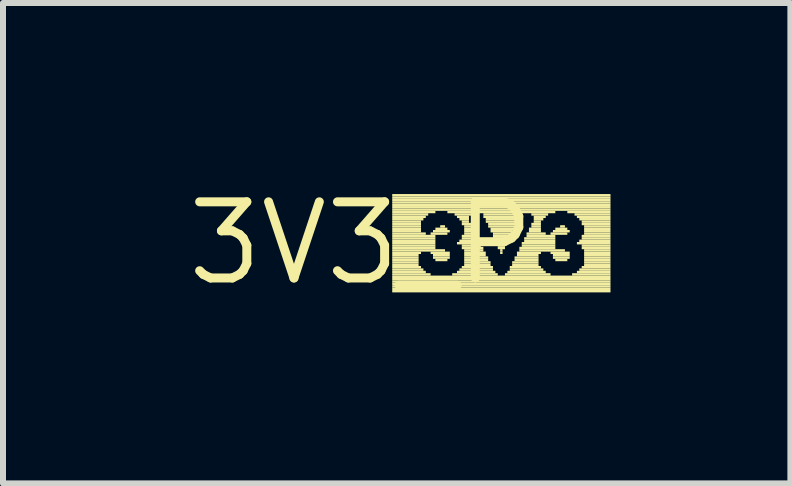
<source format=kicad_pcb>
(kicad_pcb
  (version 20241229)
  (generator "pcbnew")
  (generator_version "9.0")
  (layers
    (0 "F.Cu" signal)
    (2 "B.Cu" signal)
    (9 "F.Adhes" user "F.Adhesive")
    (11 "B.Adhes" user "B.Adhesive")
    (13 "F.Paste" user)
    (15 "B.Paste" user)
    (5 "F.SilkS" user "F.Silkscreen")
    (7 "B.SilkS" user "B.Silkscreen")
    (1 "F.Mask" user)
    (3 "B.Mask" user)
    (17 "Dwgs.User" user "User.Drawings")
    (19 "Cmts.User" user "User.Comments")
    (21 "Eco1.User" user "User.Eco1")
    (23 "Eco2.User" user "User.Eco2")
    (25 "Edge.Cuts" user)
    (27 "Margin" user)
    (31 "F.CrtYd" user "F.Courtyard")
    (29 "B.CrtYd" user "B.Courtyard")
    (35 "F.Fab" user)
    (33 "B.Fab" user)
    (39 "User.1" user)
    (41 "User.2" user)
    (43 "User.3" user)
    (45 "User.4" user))
  (footprint "3V3_P"
    (layer "F.Cu")
    (at 2.971 1.006)
    (property "Reference" "3V3_P" (at 0 0 0) (layer "F.SilkS") (effects (font (size 1.27 1.27) (thickness 0.15))))
    (fp_poly (pts (xy 0.52 -0.78) (xy 4.16 -0.78) (xy 4.16 -0.82) (xy 0.52 -0.82)) (stroke (width 0) (type default)) (fill yes) (layer "F.SilkS"))
    (fp_poly (pts (xy 0.52 -0.74) (xy 4.16 -0.74) (xy 4.16 -0.78) (xy 0.52 -0.78)) (stroke (width 0) (type default)) (fill yes) (layer "F.SilkS"))
    (fp_poly (pts (xy 0.52 -0.7) (xy 4.16 -0.7) (xy 4.16 -0.74) (xy 0.52 -0.74)) (stroke (width 0) (type default)) (fill yes) (layer "F.SilkS"))
    (fp_poly (pts (xy 0.52 -0.66) (xy 4.16 -0.66) (xy 4.16 -0.7) (xy 0.52 -0.7)) (stroke (width 0) (type default)) (fill yes) (layer "F.SilkS"))
    (fp_poly (pts (xy 0.52 -0.62) (xy 4.16 -0.62) (xy 4.16 -0.66) (xy 0.52 -0.66)) (stroke (width 0) (type default)) (fill yes) (layer "F.SilkS"))
    (fp_poly (pts (xy 0.52 -0.58) (xy 4.16 -0.58) (xy 4.16 -0.62) (xy 0.52 -0.62)) (stroke (width 0) (type default)) (fill yes) (layer "F.SilkS"))
    (fp_poly (pts (xy 0.52 -0.54) (xy 4.16 -0.54) (xy 4.16 -0.58) (xy 0.52 -0.58)) (stroke (width 0) (type default)) (fill yes) (layer "F.SilkS"))
    (fp_poly (pts (xy 0.52 -0.5) (xy 1.24 -0.5) (xy 1.24 -0.54) (xy 0.52 -0.54)) (stroke (width 0) (type default)) (fill yes) (layer "F.SilkS"))
    (fp_poly (pts (xy 0.52 -0.46) (xy 1.12 -0.46) (xy 1.12 -0.5) (xy 0.52 -0.5)) (stroke (width 0) (type default)) (fill yes) (layer "F.SilkS"))
    (fp_poly (pts (xy 0.52 -0.42) (xy 1.08 -0.42) (xy 1.08 -0.46) (xy 0.52 -0.46)) (stroke (width 0) (type default)) (fill yes) (layer "F.SilkS"))
    (fp_poly (pts (xy 0.52 -0.38) (xy 1.04 -0.38) (xy 1.04 -0.42) (xy 0.52 -0.42)) (stroke (width 0) (type default)) (fill yes) (layer "F.SilkS"))
    (fp_poly (pts (xy 0.52 -0.34) (xy 1 -0.34) (xy 1 -0.38) (xy 0.52 -0.38)) (stroke (width 0) (type default)) (fill yes) (layer "F.SilkS"))
    (fp_poly (pts (xy 0.52 -0.3) (xy 1 -0.3) (xy 1 -0.34) (xy 0.52 -0.34)) (stroke (width 0) (type default)) (fill yes) (layer "F.SilkS"))
    (fp_poly (pts (xy 0.52 -0.26) (xy 1 -0.26) (xy 1 -0.3) (xy 0.52 -0.3)) (stroke (width 0) (type default)) (fill yes) (layer "F.SilkS"))
    (fp_poly (pts (xy 0.52 -0.22) (xy 1 -0.22) (xy 1 -0.26) (xy 0.52 -0.26)) (stroke (width 0) (type default)) (fill yes) (layer "F.SilkS"))
    (fp_poly (pts (xy 0.52 -0.18) (xy 1 -0.18) (xy 1 -0.22) (xy 0.52 -0.22)) (stroke (width 0) (type default)) (fill yes) (layer "F.SilkS"))
    (fp_poly (pts (xy 0.52 -0.14) (xy 1.08 -0.14) (xy 1.08 -0.18) (xy 0.52 -0.18)) (stroke (width 0) (type default)) (fill yes) (layer "F.SilkS"))
    (fp_poly (pts (xy 0.52 -0.1) (xy 1.24 -0.1) (xy 1.24 -0.14) (xy 0.52 -0.14)) (stroke (width 0) (type default)) (fill yes) (layer "F.SilkS"))
    (fp_poly (pts (xy 0.52 -0.06) (xy 1.24 -0.06) (xy 1.24 -0.1) (xy 0.52 -0.1)) (stroke (width 0) (type default)) (fill yes) (layer "F.SilkS"))
    (fp_poly (pts (xy 0.52 -0.02) (xy 1.24 -0.02) (xy 1.24 -0.06) (xy 0.52 -0.06)) (stroke (width 0) (type default)) (fill yes) (layer "F.SilkS"))
    (fp_poly (pts (xy 0.52 0.02) (xy 1.24 0.02) (xy 1.24 -0.02) (xy 0.52 -0.02)) (stroke (width 0) (type default)) (fill yes) (layer "F.SilkS"))
    (fp_poly (pts (xy 0.52 0.06) (xy 1.24 0.06) (xy 1.24 0.02) (xy 0.52 0.02)) (stroke (width 0) (type default)) (fill yes) (layer "F.SilkS"))
    (fp_poly (pts (xy 0.52 0.1) (xy 1.24 0.1) (xy 1.24 0.06) (xy 0.52 0.06)) (stroke (width 0) (type default)) (fill yes) (layer "F.SilkS"))
    (fp_poly (pts (xy 0.52 0.14) (xy 1.4 0.14) (xy 1.4 0.1) (xy 0.52 0.1)) (stroke (width 0) (type default)) (fill yes) (layer "F.SilkS"))
    (fp_poly (pts (xy 0.52 0.18) (xy 1 0.18) (xy 1 0.14) (xy 0.52 0.14)) (stroke (width 0) (type default)) (fill yes) (layer "F.SilkS"))
    (fp_poly (pts (xy 0.52 0.22) (xy 0.96 0.22) (xy 0.96 0.18) (xy 0.52 0.18)) (stroke (width 0) (type default)) (fill yes) (layer "F.SilkS"))
    (fp_poly (pts (xy 0.52 0.26) (xy 0.96 0.26) (xy 0.96 0.22) (xy 0.52 0.22)) (stroke (width 0) (type default)) (fill yes) (layer "F.SilkS"))
    (fp_poly (pts (xy 0.52 0.3) (xy 0.96 0.3) (xy 0.96 0.26) (xy 0.52 0.26)) (stroke (width 0) (type default)) (fill yes) (layer "F.SilkS"))
    (fp_poly (pts (xy 0.52 0.34) (xy 0.96 0.34) (xy 0.96 0.3) (xy 0.52 0.3)) (stroke (width 0) (type default)) (fill yes) (layer "F.SilkS"))
    (fp_poly (pts (xy 0.52 0.38) (xy 0.96 0.38) (xy 0.96 0.34) (xy 0.52 0.34)) (stroke (width 0) (type default)) (fill yes) (layer "F.SilkS"))
    (fp_poly (pts (xy 0.52 0.42) (xy 1 0.42) (xy 1 0.38) (xy 0.52 0.38)) (stroke (width 0) (type default)) (fill yes) (layer "F.SilkS"))
    (fp_poly (pts (xy 0.52 0.46) (xy 1.04 0.46) (xy 1.04 0.42) (xy 0.52 0.42)) (stroke (width 0) (type default)) (fill yes) (layer "F.SilkS"))
    (fp_poly (pts (xy 0.52 0.5) (xy 1.08 0.5) (xy 1.08 0.46) (xy 0.52 0.46)) (stroke (width 0) (type default)) (fill yes) (layer "F.SilkS"))
    (fp_poly (pts (xy 0.52 0.54) (xy 1.16 0.54) (xy 1.16 0.5) (xy 0.52 0.5)) (stroke (width 0) (type default)) (fill yes) (layer "F.SilkS"))
    (fp_poly (pts (xy 0.52 0.58) (xy 4.16 0.58) (xy 4.16 0.54) (xy 0.52 0.54)) (stroke (width 0) (type default)) (fill yes) (layer "F.SilkS"))
    (fp_poly (pts (xy 0.52 0.62) (xy 4.16 0.62) (xy 4.16 0.58) (xy 0.52 0.58)) (stroke (width 0) (type default)) (fill yes) (layer "F.SilkS"))
    (fp_poly (pts (xy 0.52 0.66) (xy 4.16 0.66) (xy 4.16 0.62) (xy 0.52 0.62)) (stroke (width 0) (type default)) (fill yes) (layer "F.SilkS"))
    (fp_poly (pts (xy 0.52 0.7) (xy 4.16 0.7) (xy 4.16 0.66) (xy 0.52 0.66)) (stroke (width 0) (type default)) (fill yes) (layer "F.SilkS"))
    (fp_poly (pts (xy 0.52 0.74) (xy 4.16 0.74) (xy 4.16 0.7) (xy 0.52 0.7)) (stroke (width 0) (type default)) (fill yes) (layer "F.SilkS"))
    (fp_poly (pts (xy 0.52 0.78) (xy 4.16 0.78) (xy 4.16 0.74) (xy 0.52 0.74)) (stroke (width 0) (type default)) (fill yes) (layer "F.SilkS"))
    (fp_poly (pts (xy 0.52 0.82) (xy 4.16 0.82) (xy 4.16 0.78) (xy 0.52 0.78)) (stroke (width 0) (type default)) (fill yes) (layer "F.SilkS"))
    (fp_poly (pts (xy 1.16 -0.14) (xy 1.44 -0.14) (xy 1.44 -0.18) (xy 1.16 -0.18)) (stroke (width 0) (type default)) (fill yes) (layer "F.SilkS"))
    (fp_poly (pts (xy 1.16 0.18) (xy 1.48 0.18) (xy 1.48 0.14) (xy 1.16 0.14)) (stroke (width 0) (type default)) (fill yes) (layer "F.SilkS"))
    (fp_poly (pts (xy 1.2 -0.18) (xy 1.48 -0.18) (xy 1.48 -0.22) (xy 1.2 -0.22)) (stroke (width 0) (type default)) (fill yes) (layer "F.SilkS"))
    (fp_poly (pts (xy 1.2 0.22) (xy 1.48 0.22) (xy 1.48 0.18) (xy 1.2 0.18)) (stroke (width 0) (type default)) (fill yes) (layer "F.SilkS"))
    (fp_poly (pts (xy 1.2 0.26) (xy 1.48 0.26) (xy 1.48 0.22) (xy 1.2 0.22)) (stroke (width 0) (type default)) (fill yes) (layer "F.SilkS"))
    (fp_poly (pts (xy 1.24 -0.22) (xy 1.44 -0.22) (xy 1.44 -0.26) (xy 1.24 -0.26)) (stroke (width 0) (type default)) (fill yes) (layer "F.SilkS"))
    (fp_poly (pts (xy 1.24 0.3) (xy 1.44 0.3) (xy 1.44 0.26) (xy 1.24 0.26)) (stroke (width 0) (type default)) (fill yes) (layer "F.SilkS"))
    (fp_poly (pts (xy 1.32 -0.26) (xy 1.4 -0.26) (xy 1.4 -0.3) (xy 1.32 -0.3)) (stroke (width 0) (type default)) (fill yes) (layer "F.SilkS"))
    (fp_poly (pts (xy 1.44 -0.5) (xy 3.24 -0.5) (xy 3.24 -0.54) (xy 1.44 -0.54)) (stroke (width 0) (type default)) (fill yes) (layer "F.SilkS"))
    (fp_poly (pts (xy 1.52 0.54) (xy 2.28 0.54) (xy 2.28 0.5) (xy 1.52 0.5)) (stroke (width 0) (type default)) (fill yes) (layer "F.SilkS"))
    (fp_poly (pts (xy 1.56 -0.46) (xy 1.84 -0.46) (xy 1.84 -0.5) (xy 1.56 -0.5)) (stroke (width 0) (type default)) (fill yes) (layer "F.SilkS"))
    (fp_poly (pts (xy 1.6 -0.42) (xy 1.8 -0.42) (xy 1.8 -0.46) (xy 1.6 -0.46)) (stroke (width 0) (type default)) (fill yes) (layer "F.SilkS"))
    (fp_poly (pts (xy 1.6 0.02) (xy 2 0.02) (xy 2 -0.02) (xy 1.6 -0.02)) (stroke (width 0) (type default)) (fill yes) (layer "F.SilkS"))
    (fp_poly (pts (xy 1.6 0.5) (xy 2.24 0.5) (xy 2.24 0.46) (xy 1.6 0.46)) (stroke (width 0) (type default)) (fill yes) (layer "F.SilkS"))
    (fp_poly (pts (xy 1.64 -0.38) (xy 1.8 -0.38) (xy 1.8 -0.42) (xy 1.64 -0.42)) (stroke (width 0) (type default)) (fill yes) (layer "F.SilkS"))
    (fp_poly (pts (xy 1.64 -0.02) (xy 1.96 -0.02) (xy 1.96 -0.06) (xy 1.64 -0.06)) (stroke (width 0) (type default)) (fill yes) (layer "F.SilkS"))
    (fp_poly (pts (xy 1.64 0.46) (xy 2.2 0.46) (xy 2.2 0.42) (xy 1.64 0.42)) (stroke (width 0) (type default)) (fill yes) (layer "F.SilkS"))
    (fp_poly (pts (xy 1.68 -0.34) (xy 1.8 -0.34) (xy 1.8 -0.38) (xy 1.68 -0.38)) (stroke (width 0) (type default)) (fill yes) (layer "F.SilkS"))
    (fp_poly (pts (xy 1.68 -0.3) (xy 1.84 -0.3) (xy 1.84 -0.34) (xy 1.68 -0.34)) (stroke (width 0) (type default)) (fill yes) (layer "F.SilkS"))
    (fp_poly (pts (xy 1.68 -0.1) (xy 1.92 -0.1) (xy 1.92 -0.14) (xy 1.68 -0.14)) (stroke (width 0) (type default)) (fill yes) (layer "F.SilkS"))
    (fp_poly (pts (xy 1.68 -0.06) (xy 1.96 -0.06) (xy 1.96 -0.1) (xy 1.68 -0.1)) (stroke (width 0) (type default)) (fill yes) (layer "F.SilkS"))
    (fp_poly (pts (xy 1.68 0.06) (xy 2 0.06) (xy 2 0.02) (xy 1.68 0.02)) (stroke (width 0) (type default)) (fill yes) (layer "F.SilkS"))
    (fp_poly (pts (xy 1.68 0.1) (xy 2.04 0.1) (xy 2.04 0.06) (xy 1.68 0.06)) (stroke (width 0) (type default)) (fill yes) (layer "F.SilkS"))
    (fp_poly (pts (xy 1.68 0.42) (xy 2.2 0.42) (xy 2.2 0.38) (xy 1.68 0.38)) (stroke (width 0) (type default)) (fill yes) (layer "F.SilkS"))
    (fp_poly (pts (xy 1.72 -0.26) (xy 1.84 -0.26) (xy 1.84 -0.3) (xy 1.72 -0.3)) (stroke (width 0) (type default)) (fill yes) (layer "F.SilkS"))
    (fp_poly (pts (xy 1.72 -0.22) (xy 1.88 -0.22) (xy 1.88 -0.26) (xy 1.72 -0.26)) (stroke (width 0) (type default)) (fill yes) (layer "F.SilkS"))
    (fp_poly (pts (xy 1.72 -0.18) (xy 1.88 -0.18) (xy 1.88 -0.22) (xy 1.72 -0.22)) (stroke (width 0) (type default)) (fill yes) (layer "F.SilkS"))
    (fp_poly (pts (xy 1.72 -0.14) (xy 1.92 -0.14) (xy 1.92 -0.18) (xy 1.72 -0.18)) (stroke (width 0) (type default)) (fill yes) (layer "F.SilkS"))
    (fp_poly (pts (xy 1.72 0.14) (xy 2.04 0.14) (xy 2.04 0.1) (xy 1.72 0.1)) (stroke (width 0) (type default)) (fill yes) (layer "F.SilkS"))
    (fp_poly (pts (xy 1.72 0.18) (xy 2.08 0.18) (xy 2.08 0.14) (xy 1.72 0.14)) (stroke (width 0) (type default)) (fill yes) (layer "F.SilkS"))
    (fp_poly (pts (xy 1.72 0.22) (xy 2.08 0.22) (xy 2.08 0.18) (xy 1.72 0.18)) (stroke (width 0) (type default)) (fill yes) (layer "F.SilkS"))
    (fp_poly (pts (xy 1.72 0.26) (xy 2.12 0.26) (xy 2.12 0.22) (xy 1.72 0.22)) (stroke (width 0) (type default)) (fill yes) (layer "F.SilkS"))
    (fp_poly (pts (xy 1.72 0.3) (xy 2.12 0.3) (xy 2.12 0.26) (xy 1.72 0.26)) (stroke (width 0) (type default)) (fill yes) (layer "F.SilkS"))
    (fp_poly (pts (xy 1.72 0.34) (xy 2.16 0.34) (xy 2.16 0.3) (xy 1.72 0.3)) (stroke (width 0) (type default)) (fill yes) (layer "F.SilkS"))
    (fp_poly (pts (xy 1.72 0.38) (xy 2.16 0.38) (xy 2.16 0.34) (xy 1.72 0.34)) (stroke (width 0) (type default)) (fill yes) (layer "F.SilkS"))
    (fp_poly (pts (xy 2.04 -0.46) (xy 2.64 -0.46) (xy 2.64 -0.5) (xy 2.04 -0.5)) (stroke (width 0) (type default)) (fill yes) (layer "F.SilkS"))
    (fp_poly (pts (xy 2.04 -0.42) (xy 2.64 -0.42) (xy 2.64 -0.46) (xy 2.04 -0.46)) (stroke (width 0) (type default)) (fill yes) (layer "F.SilkS"))
    (fp_poly (pts (xy 2.08 -0.38) (xy 2.6 -0.38) (xy 2.6 -0.42) (xy 2.08 -0.42)) (stroke (width 0) (type default)) (fill yes) (layer "F.SilkS"))
    (fp_poly (pts (xy 2.08 -0.34) (xy 2.6 -0.34) (xy 2.6 -0.38) (xy 2.08 -0.38)) (stroke (width 0) (type default)) (fill yes) (layer "F.SilkS"))
    (fp_poly (pts (xy 2.12 -0.3) (xy 2.6 -0.3) (xy 2.6 -0.34) (xy 2.12 -0.34)) (stroke (width 0) (type default)) (fill yes) (layer "F.SilkS"))
    (fp_poly (pts (xy 2.12 -0.26) (xy 2.56 -0.26) (xy 2.56 -0.3) (xy 2.12 -0.3)) (stroke (width 0) (type default)) (fill yes) (layer "F.SilkS"))
    (fp_poly (pts (xy 2.16 -0.22) (xy 2.56 -0.22) (xy 2.56 -0.26) (xy 2.16 -0.26)) (stroke (width 0) (type default)) (fill yes) (layer "F.SilkS"))
    (fp_poly (pts (xy 2.16 -0.18) (xy 2.52 -0.18) (xy 2.52 -0.22) (xy 2.16 -0.22)) (stroke (width 0) (type default)) (fill yes) (layer "F.SilkS"))
    (fp_poly (pts (xy 2.2 -0.14) (xy 2.52 -0.14) (xy 2.52 -0.18) (xy 2.2 -0.18)) (stroke (width 0) (type default)) (fill yes) (layer "F.SilkS"))
    (fp_poly (pts (xy 2.2 -0.1) (xy 2.48 -0.1) (xy 2.48 -0.14) (xy 2.2 -0.14)) (stroke (width 0) (type default)) (fill yes) (layer "F.SilkS"))
    (fp_poly (pts (xy 2.2 -0.06) (xy 2.48 -0.06) (xy 2.48 -0.1) (xy 2.2 -0.1)) (stroke (width 0) (type default)) (fill yes) (layer "F.SilkS"))
    (fp_poly (pts (xy 2.24 -0.02) (xy 2.44 -0.02) (xy 2.44 -0.06) (xy 2.24 -0.06)) (stroke (width 0) (type default)) (fill yes) (layer "F.SilkS"))
    (fp_poly (pts (xy 2.24 0.02) (xy 2.44 0.02) (xy 2.44 -0.02) (xy 2.24 -0.02)) (stroke (width 0) (type default)) (fill yes) (layer "F.SilkS"))
    (fp_poly (pts (xy 2.28 0.06) (xy 2.4 0.06) (xy 2.4 0.02) (xy 2.28 0.02)) (stroke (width 0) (type default)) (fill yes) (layer "F.SilkS"))
    (fp_poly (pts (xy 2.28 0.1) (xy 2.4 0.1) (xy 2.4 0.06) (xy 2.28 0.06)) (stroke (width 0) (type default)) (fill yes) (layer "F.SilkS"))
    (fp_poly (pts (xy 2.32 0.14) (xy 2.36 0.14) (xy 2.36 0.1) (xy 2.32 0.1)) (stroke (width 0) (type default)) (fill yes) (layer "F.SilkS"))
    (fp_poly (pts (xy 2.32 0.18) (xy 2.36 0.18) (xy 2.36 0.14) (xy 2.32 0.14)) (stroke (width 0) (type default)) (fill yes) (layer "F.SilkS"))
    (fp_poly (pts (xy 2.4 0.54) (xy 3.16 0.54) (xy 3.16 0.5) (xy 2.4 0.5)) (stroke (width 0) (type default)) (fill yes) (layer "F.SilkS"))
    (fp_poly (pts (xy 2.44 0.5) (xy 3.08 0.5) (xy 3.08 0.46) (xy 2.44 0.46)) (stroke (width 0) (type default)) (fill yes) (layer "F.SilkS"))
    (fp_poly (pts (xy 2.48 0.42) (xy 3 0.42) (xy 3 0.38) (xy 2.48 0.38)) (stroke (width 0) (type default)) (fill yes) (layer "F.SilkS"))
    (fp_poly (pts (xy 2.48 0.46) (xy 3.04 0.46) (xy 3.04 0.42) (xy 2.48 0.42)) (stroke (width 0) (type default)) (fill yes) (layer "F.SilkS"))
    (fp_poly (pts (xy 2.52 0.34) (xy 2.96 0.34) (xy 2.96 0.3) (xy 2.52 0.3)) (stroke (width 0) (type default)) (fill yes) (layer "F.SilkS"))
    (fp_poly (pts (xy 2.52 0.38) (xy 2.96 0.38) (xy 2.96 0.34) (xy 2.52 0.34)) (stroke (width 0) (type default)) (fill yes) (layer "F.SilkS"))
    (fp_poly (pts (xy 2.56 0.26) (xy 2.96 0.26) (xy 2.96 0.22) (xy 2.56 0.22)) (stroke (width 0) (type default)) (fill yes) (layer "F.SilkS"))
    (fp_poly (pts (xy 2.56 0.3) (xy 2.96 0.3) (xy 2.96 0.26) (xy 2.56 0.26)) (stroke (width 0) (type default)) (fill yes) (layer "F.SilkS"))
    (fp_poly (pts (xy 2.6 0.18) (xy 3 0.18) (xy 3 0.14) (xy 2.6 0.14)) (stroke (width 0) (type default)) (fill yes) (layer "F.SilkS"))
    (fp_poly (pts (xy 2.6 0.22) (xy 2.96 0.22) (xy 2.96 0.18) (xy 2.6 0.18)) (stroke (width 0) (type default)) (fill yes) (layer "F.SilkS"))
    (fp_poly (pts (xy 2.64 0.1) (xy 3.24 0.1) (xy 3.24 0.06) (xy 2.64 0.06)) (stroke (width 0) (type default)) (fill yes) (layer "F.SilkS"))
    (fp_poly (pts (xy 2.64 0.14) (xy 3.4 0.14) (xy 3.4 0.1) (xy 2.64 0.1)) (stroke (width 0) (type default)) (fill yes) (layer "F.SilkS"))
    (fp_poly (pts (xy 2.68 0.02) (xy 3.24 0.02) (xy 3.24 -0.02) (xy 2.68 -0.02)) (stroke (width 0) (type default)) (fill yes) (layer "F.SilkS"))
    (fp_poly (pts (xy 2.68 0.06) (xy 3.24 0.06) (xy 3.24 0.02) (xy 2.68 0.02)) (stroke (width 0) (type default)) (fill yes) (layer "F.SilkS"))
    (fp_poly (pts (xy 2.72 -0.06) (xy 3.24 -0.06) (xy 3.24 -0.1) (xy 2.72 -0.1)) (stroke (width 0) (type default)) (fill yes) (layer "F.SilkS"))
    (fp_poly (pts (xy 2.72 -0.02) (xy 3.24 -0.02) (xy 3.24 -0.06) (xy 2.72 -0.06)) (stroke (width 0) (type default)) (fill yes) (layer "F.SilkS"))
    (fp_poly (pts (xy 2.76 -0.14) (xy 3.08 -0.14) (xy 3.08 -0.18) (xy 2.76 -0.18)) (stroke (width 0) (type default)) (fill yes) (layer "F.SilkS"))
    (fp_poly (pts (xy 2.76 -0.1) (xy 3.24 -0.1) (xy 3.24 -0.14) (xy 2.76 -0.14)) (stroke (width 0) (type default)) (fill yes) (layer "F.SilkS"))
    (fp_poly (pts (xy 2.8 -0.22) (xy 3 -0.22) (xy 3 -0.26) (xy 2.8 -0.26)) (stroke (width 0) (type default)) (fill yes) (layer "F.SilkS"))
    (fp_poly (pts (xy 2.8 -0.18) (xy 3 -0.18) (xy 3 -0.22) (xy 2.8 -0.22)) (stroke (width 0) (type default)) (fill yes) (layer "F.SilkS"))
    (fp_poly (pts (xy 2.84 -0.46) (xy 3.12 -0.46) (xy 3.12 -0.5) (xy 2.84 -0.5)) (stroke (width 0) (type default)) (fill yes) (layer "F.SilkS"))
    (fp_poly (pts (xy 2.84 -0.3) (xy 3 -0.3) (xy 3 -0.34) (xy 2.84 -0.34)) (stroke (width 0) (type default)) (fill yes) (layer "F.SilkS"))
    (fp_poly (pts (xy 2.84 -0.26) (xy 3 -0.26) (xy 3 -0.3) (xy 2.84 -0.3)) (stroke (width 0) (type default)) (fill yes) (layer "F.SilkS"))
    (fp_poly (pts (xy 2.88 -0.42) (xy 3.08 -0.42) (xy 3.08 -0.46) (xy 2.88 -0.46)) (stroke (width 0) (type default)) (fill yes) (layer "F.SilkS"))
    (fp_poly (pts (xy 2.88 -0.38) (xy 3.04 -0.38) (xy 3.04 -0.42) (xy 2.88 -0.42)) (stroke (width 0) (type default)) (fill yes) (layer "F.SilkS"))
    (fp_poly (pts (xy 2.88 -0.34) (xy 3 -0.34) (xy 3 -0.38) (xy 2.88 -0.38)) (stroke (width 0) (type default)) (fill yes) (layer "F.SilkS"))
    (fp_poly (pts (xy 3.16 -0.14) (xy 3.44 -0.14) (xy 3.44 -0.18) (xy 3.16 -0.18)) (stroke (width 0) (type default)) (fill yes) (layer "F.SilkS"))
    (fp_poly (pts (xy 3.16 0.18) (xy 3.48 0.18) (xy 3.48 0.14) (xy 3.16 0.14)) (stroke (width 0) (type default)) (fill yes) (layer "F.SilkS"))
    (fp_poly (pts (xy 3.2 -0.18) (xy 3.48 -0.18) (xy 3.48 -0.22) (xy 3.2 -0.22)) (stroke (width 0) (type default)) (fill yes) (layer "F.SilkS"))
    (fp_poly (pts (xy 3.2 0.22) (xy 3.48 0.22) (xy 3.48 0.18) (xy 3.2 0.18)) (stroke (width 0) (type default)) (fill yes) (layer "F.SilkS"))
    (fp_poly (pts (xy 3.2 0.26) (xy 3.48 0.26) (xy 3.48 0.22) (xy 3.2 0.22)) (stroke (width 0) (type default)) (fill yes) (layer "F.SilkS"))
    (fp_poly (pts (xy 3.24 -0.22) (xy 3.44 -0.22) (xy 3.44 -0.26) (xy 3.24 -0.26)) (stroke (width 0) (type default)) (fill yes) (layer "F.SilkS"))
    (fp_poly (pts (xy 3.24 0.3) (xy 3.44 0.3) (xy 3.44 0.26) (xy 3.24 0.26)) (stroke (width 0) (type default)) (fill yes) (layer "F.SilkS"))
    (fp_poly (pts (xy 3.32 -0.26) (xy 3.4 -0.26) (xy 3.4 -0.3) (xy 3.32 -0.3)) (stroke (width 0) (type default)) (fill yes) (layer "F.SilkS"))
    (fp_poly (pts (xy 3.44 -0.5) (xy 4.16 -0.5) (xy 4.16 -0.54) (xy 3.44 -0.54)) (stroke (width 0) (type default)) (fill yes) (layer "F.SilkS"))
    (fp_poly (pts (xy 3.52 0.54) (xy 4.16 0.54) (xy 4.16 0.5) (xy 3.52 0.5)) (stroke (width 0) (type default)) (fill yes) (layer "F.SilkS"))
    (fp_poly (pts (xy 3.56 -0.46) (xy 4.16 -0.46) (xy 4.16 -0.5) (xy 3.56 -0.5)) (stroke (width 0) (type default)) (fill yes) (layer "F.SilkS"))
    (fp_poly (pts (xy 3.6 -0.42) (xy 4.16 -0.42) (xy 4.16 -0.46) (xy 3.6 -0.46)) (stroke (width 0) (type default)) (fill yes) (layer "F.SilkS"))
    (fp_poly (pts (xy 3.6 0.02) (xy 4.16 0.02) (xy 4.16 -0.02) (xy 3.6 -0.02)) (stroke (width 0) (type default)) (fill yes) (layer "F.SilkS"))
    (fp_poly (pts (xy 3.6 0.5) (xy 4.16 0.5) (xy 4.16 0.46) (xy 3.6 0.46)) (stroke (width 0) (type default)) (fill yes) (layer "F.SilkS"))
    (fp_poly (pts (xy 3.64 -0.38) (xy 4.16 -0.38) (xy 4.16 -0.42) (xy 3.64 -0.42)) (stroke (width 0) (type default)) (fill yes) (layer "F.SilkS"))
    (fp_poly (pts (xy 3.64 -0.02) (xy 4.16 -0.02) (xy 4.16 -0.06) (xy 3.64 -0.06)) (stroke (width 0) (type default)) (fill yes) (layer "F.SilkS"))
    (fp_poly (pts (xy 3.64 0.46) (xy 4.16 0.46) (xy 4.16 0.42) (xy 3.64 0.42)) (stroke (width 0) (type default)) (fill yes) (layer "F.SilkS"))
    (fp_poly (pts (xy 3.68 -0.34) (xy 4.16 -0.34) (xy 4.16 -0.38) (xy 3.68 -0.38)) (stroke (width 0) (type default)) (fill yes) (layer "F.SilkS"))
    (fp_poly (pts (xy 3.68 -0.3) (xy 4.16 -0.3) (xy 4.16 -0.34) (xy 3.68 -0.34)) (stroke (width 0) (type default)) (fill yes) (layer "F.SilkS"))
    (fp_poly (pts (xy 3.68 -0.1) (xy 4.16 -0.1) (xy 4.16 -0.14) (xy 3.68 -0.14)) (stroke (width 0) (type default)) (fill yes) (layer "F.SilkS"))
    (fp_poly (pts (xy 3.68 -0.06) (xy 4.16 -0.06) (xy 4.16 -0.1) (xy 3.68 -0.1)) (stroke (width 0) (type default)) (fill yes) (layer "F.SilkS"))
    (fp_poly (pts (xy 3.68 0.06) (xy 4.16 0.06) (xy 4.16 0.02) (xy 3.68 0.02)) (stroke (width 0) (type default)) (fill yes) (layer "F.SilkS"))
    (fp_poly (pts (xy 3.68 0.1) (xy 4.16 0.1) (xy 4.16 0.06) (xy 3.68 0.06)) (stroke (width 0) (type default)) (fill yes) (layer "F.SilkS"))
    (fp_poly (pts (xy 3.68 0.42) (xy 4.16 0.42) (xy 4.16 0.38) (xy 3.68 0.38)) (stroke (width 0) (type default)) (fill yes) (layer "F.SilkS"))
    (fp_poly (pts (xy 3.72 -0.26) (xy 4.16 -0.26) (xy 4.16 -0.3) (xy 3.72 -0.3)) (stroke (width 0) (type default)) (fill yes) (layer "F.SilkS"))
    (fp_poly (pts (xy 3.72 -0.22) (xy 4.16 -0.22) (xy 4.16 -0.26) (xy 3.72 -0.26)) (stroke (width 0) (type default)) (fill yes) (layer "F.SilkS"))
    (fp_poly (pts (xy 3.72 -0.18) (xy 4.16 -0.18) (xy 4.16 -0.22) (xy 3.72 -0.22)) (stroke (width 0) (type default)) (fill yes) (layer "F.SilkS"))
    (fp_poly (pts (xy 3.72 -0.14) (xy 4.16 -0.14) (xy 4.16 -0.18) (xy 3.72 -0.18)) (stroke (width 0) (type default)) (fill yes) (layer "F.SilkS"))
    (fp_poly (pts (xy 3.72 0.14) (xy 4.16 0.14) (xy 4.16 0.1) (xy 3.72 0.1)) (stroke (width 0) (type default)) (fill yes) (layer "F.SilkS"))
    (fp_poly (pts (xy 3.72 0.18) (xy 4.16 0.18) (xy 4.16 0.14) (xy 3.72 0.14)) (stroke (width 0) (type default)) (fill yes) (layer "F.SilkS"))
    (fp_poly (pts (xy 3.72 0.22) (xy 4.16 0.22) (xy 4.16 0.18) (xy 3.72 0.18)) (stroke (width 0) (type default)) (fill yes) (layer "F.SilkS"))
    (fp_poly (pts (xy 3.72 0.26) (xy 4.16 0.26) (xy 4.16 0.22) (xy 3.72 0.22)) (stroke (width 0) (type default)) (fill yes) (layer "F.SilkS"))
    (fp_poly (pts (xy 3.72 0.3) (xy 4.16 0.3) (xy 4.16 0.26) (xy 3.72 0.26)) (stroke (width 0) (type default)) (fill yes) (layer "F.SilkS"))
    (fp_poly (pts (xy 3.72 0.34) (xy 4.16 0.34) (xy 4.16 0.3) (xy 3.72 0.3)) (stroke (width 0) (type default)) (fill yes) (layer "F.SilkS"))
    (fp_poly (pts (xy 3.72 0.38) (xy 4.16 0.38) (xy 4.16 0.34) (xy 3.72 0.34)) (stroke (width 0) (type default)) (fill yes) (layer "F.SilkS")))
  (gr_rect
    (start -3 -3)
    (end 10.131 5.012)
    (stroke (width 0.1) (type default))
    (fill no)
    (layer "Edge.Cuts")))
</source>
